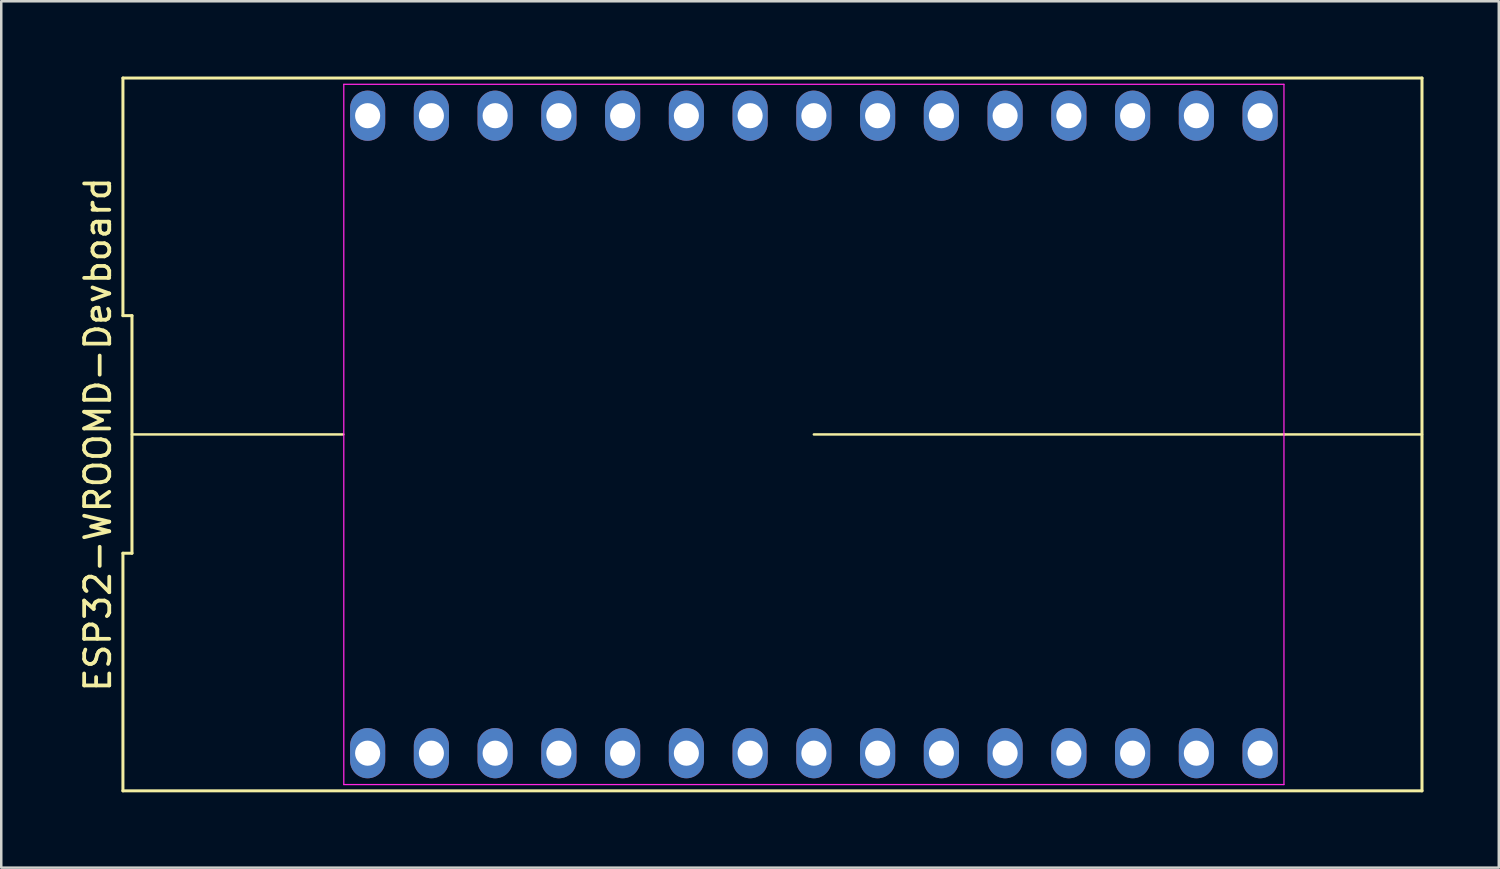
<source format=kicad_pcb>
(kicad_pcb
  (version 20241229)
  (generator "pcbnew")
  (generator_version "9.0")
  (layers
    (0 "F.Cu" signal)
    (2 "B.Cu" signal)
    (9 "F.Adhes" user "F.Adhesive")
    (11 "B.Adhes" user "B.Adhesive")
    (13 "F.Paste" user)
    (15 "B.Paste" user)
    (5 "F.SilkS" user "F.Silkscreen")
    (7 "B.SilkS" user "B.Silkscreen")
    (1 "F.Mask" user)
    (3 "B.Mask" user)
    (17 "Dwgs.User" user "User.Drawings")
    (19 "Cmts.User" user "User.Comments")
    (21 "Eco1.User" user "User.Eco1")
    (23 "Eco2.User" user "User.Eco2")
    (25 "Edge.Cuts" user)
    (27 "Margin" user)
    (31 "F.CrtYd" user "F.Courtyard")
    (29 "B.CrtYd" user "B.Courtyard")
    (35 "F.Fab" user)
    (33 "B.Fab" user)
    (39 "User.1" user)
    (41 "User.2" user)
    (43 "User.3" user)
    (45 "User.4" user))
  (footprint "ESP32-WROOMD-Devboard"
    (layer "F.Cu")
    (at 29.378 14.26)
    (property "Reference" "ESP32-WROOMD-Devboard" (at -28.53 0 90) (layer "F.SilkS") (effects (font (size 1 1) (thickness 0.15))))
    (attr through_hole)
    (fp_line (start -27.53 -14.2) (end -27.53 -4.733) (stroke (width 0.12) (type default)) (layer "F.SilkS"))
    (fp_line (start -27.53 -4.733) (end -27.17 -4.733) (stroke (width 0.12) (type default)) (layer "F.SilkS"))
    (fp_line (start -27.53 4.733) (end -27.53 14.2) (stroke (width 0.12) (type default)) (layer "F.SilkS"))
    (fp_line (start -27.53 14.2) (end 24.23 14.2) (stroke (width 0.12) (type default)) (layer "F.SilkS"))
    (fp_line (start -27.17 -4.733) (end -27.17 4.733) (stroke (width 0.12) (type default)) (layer "F.SilkS"))
    (fp_line (start -27.17 4.733) (end -27.53 4.733) (stroke (width 0.12) (type default)) (layer "F.SilkS"))
    (fp_line (start -18.75 0) (end -27.17 0) (stroke (width 0.1) (type default)) (layer "F.SilkS"))
    (fp_line (start 0 0) (end 18.75 0) (stroke (width 0.1) (type default)) (layer "F.SilkS"))
    (fp_line (start 18.75 0) (end 24.23 0) (stroke (width 0.1) (type default)) (layer "F.SilkS"))
    (fp_line (start 24.23 -14.2) (end -27.53 -14.2) (stroke (width 0.12) (type default)) (layer "F.SilkS"))
    (fp_line (start 24.23 14.2) (end 24.23 -14.2) (stroke (width 0.12) (type default)) (layer "F.SilkS"))
    (fp_line (start -18.73 -13.95) (end 18.73 -13.95) (stroke (width 0.05) (type default)) (layer "F.CrtYd"))
    (fp_line (start -18.73 13.95) (end -18.73 -13.95) (stroke (width 0.05) (type default)) (layer "F.CrtYd"))
    (fp_line (start 18.73 -13.95) (end 18.73 13.95) (stroke (width 0.05) (type default)) (layer "F.CrtYd"))
    (fp_line (start 18.73 13.95) (end -18.73 13.95) (stroke (width 0.05) (type default)) (layer "F.CrtYd"))
    (pad "1" thru_hole oval (at -17.78 12.7) (size 1.4 2) (drill 1) (layers "*.Cu" "*.Mask"))
    (pad "2" thru_hole oval (at -15.24 12.7) (size 1.4 2) (drill 1) (layers "*.Cu" "*.Mask"))
    (pad "3" thru_hole oval (at -12.7 12.7) (size 1.4 2) (drill 1) (layers "*.Cu" "*.Mask"))
    (pad "4" thru_hole oval (at -10.16 12.7) (size 1.4 2) (drill 1) (layers "*.Cu" "*.Mask"))
    (pad "5" thru_hole oval (at -7.62 12.7) (size 1.4 2) (drill 1) (layers "*.Cu" "*.Mask"))
    (pad "6" thru_hole oval (at -5.08 12.7) (size 1.4 2) (drill 1) (layers "*.Cu" "*.Mask"))
    (pad "7" thru_hole oval (at -2.54 12.7) (size 1.4 2) (drill 1) (layers "*.Cu" "*.Mask"))
    (pad "8" thru_hole oval (at 0 12.7) (size 1.4 2) (drill 1) (layers "*.Cu" "*.Mask"))
    (pad "9" thru_hole oval (at 2.54 12.7) (size 1.4 2) (drill 1) (layers "*.Cu" "*.Mask"))
    (pad "10" thru_hole oval (at 5.08 12.7) (size 1.4 2) (drill 1) (layers "*.Cu" "*.Mask"))
    (pad "11" thru_hole oval (at 7.62 12.7) (size 1.4 2) (drill 1) (layers "*.Cu" "*.Mask"))
    (pad "12" thru_hole oval (at 10.16 12.7) (size 1.4 2) (drill 1) (layers "*.Cu" "*.Mask"))
    (pad "13" thru_hole oval (at 12.7 12.7) (size 1.4 2) (drill 1) (layers "*.Cu" "*.Mask"))
    (pad "14" thru_hole oval (at 15.24 12.7) (size 1.4 2) (drill 1) (layers "*.Cu" "*.Mask"))
    (pad "15" thru_hole oval (at 17.78 12.7) (size 1.4 2) (drill 1) (layers "*.Cu" "*.Mask"))
    (pad "16" thru_hole oval (at 17.78 -12.7) (size 1.4 2) (drill 1) (layers "*.Cu" "*.Mask"))
    (pad "17" thru_hole oval (at 15.24 -12.7) (size 1.4 2) (drill 1) (layers "*.Cu" "*.Mask"))
    (pad "18" thru_hole oval (at 12.7 -12.7) (size 1.4 2) (drill 1) (layers "*.Cu" "*.Mask"))
    (pad "19" thru_hole oval (at 10.16 -12.7) (size 1.4 2) (drill 1) (layers "*.Cu" "*.Mask"))
    (pad "20" thru_hole oval (at 7.62 -12.7) (size 1.4 2) (drill 1) (layers "*.Cu" "*.Mask"))
    (pad "21" thru_hole oval (at 5.08 -12.7) (size 1.4 2) (drill 1) (layers "*.Cu" "*.Mask"))
    (pad "22" thru_hole oval (at 2.54 -12.7) (size 1.4 2) (drill 1) (layers "*.Cu" "*.Mask"))
    (pad "23" thru_hole oval (at 0 -12.7) (size 1.4 2) (drill 1) (layers "*.Cu" "*.Mask"))
    (pad "24" thru_hole oval (at -2.54 -12.7) (size 1.4 2) (drill 1) (layers "*.Cu" "*.Mask"))
    (pad "25" thru_hole oval (at -5.08 -12.7) (size 1.4 2) (drill 1) (layers "*.Cu" "*.Mask"))
    (pad "26" thru_hole oval (at -7.62 -12.7) (size 1.4 2) (drill 1) (layers "*.Cu" "*.Mask"))
    (pad "27" thru_hole oval (at -10.16 -12.7) (size 1.4 2) (drill 1) (layers "*.Cu" "*.Mask"))
    (pad "28" thru_hole oval (at -12.7 -12.7) (size 1.4 2) (drill 1) (layers "*.Cu" "*.Mask"))
    (pad "29" thru_hole oval (at -15.24 -12.7) (size 1.4 2) (drill 1) (layers "*.Cu" "*.Mask"))
    (pad "30" thru_hole oval (at -17.78 -12.7) (size 1.4 2) (drill 1) (layers "*.Cu" "*.Mask")))
  (gr_rect
    (start -3 -3)
    (end 56.668 31.52)
    (stroke (width 0.1) (type default))
    (fill no)
    (layer "Edge.Cuts")))
</source>
